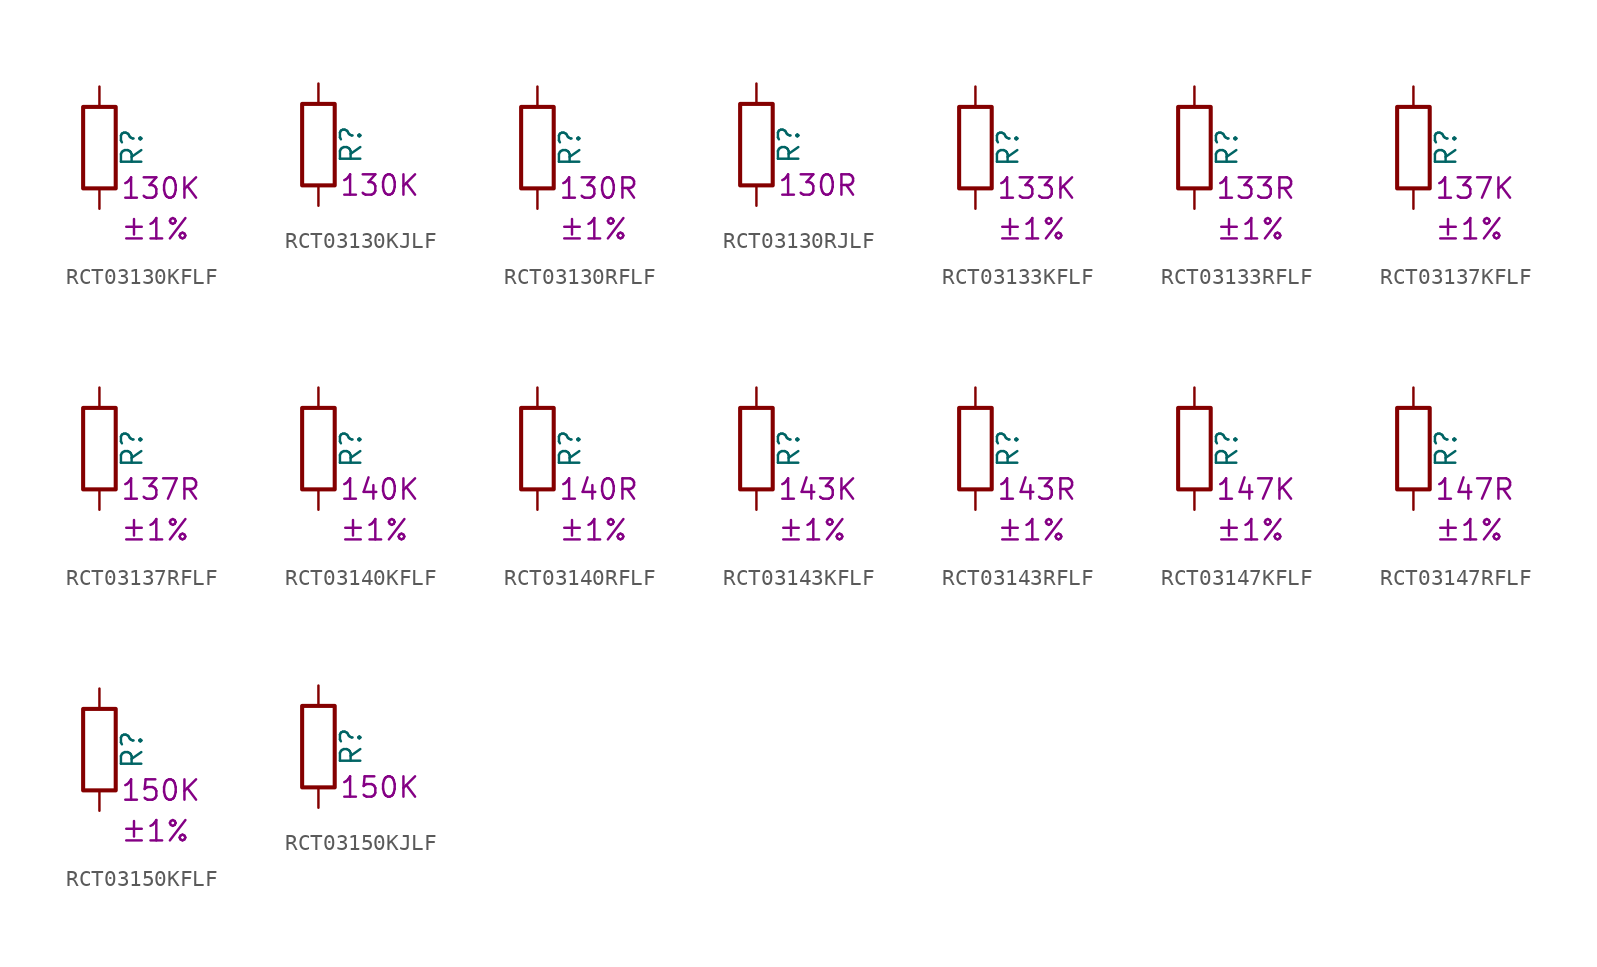
<source format=kicad_sym>
(kicad_symbol_lib
  (version 20220914)
  (generator kicad_symbol_editor)
  (symbol "RCT03130KFLF"
    (pin_numbers hide)
    (pin_names
      (offset 0))
    (property "Reference" "R"
      (at 2.032 0 90)
      (effects (font (size 1.27 1.27))))
    (property "Resistance" "130K"
      (at 1.27 -2.54 0)
      (effects (font (size 1.27 1.27)) (justify left)))
    (property "Tolerance" "±1%"
      (at 1.27 -5.08 0)
      (effects (font (size 1.27 1.27)) (justify left)))
    (symbol "RCT03130KFLF_0_1"
      (rectangle (start -1.016 -2.54) (end 1.016 2.54) (stroke (width 0.254) (type default)) (fill (type none))))
    (symbol "RCT03130KFLF_1_1"
      (pin passive line (at 0 3.81 270) (length 1.27) (name "~" (effects (font (size 1.27 1.27)))) (number "1" (effects (font (size 1.27 1.27)))))
      (pin passive line (at 0 -3.81 90) (length 1.27) (name "~" (effects (font (size 1.27 1.27)))) (number "2" (effects (font (size 1.27 1.27)))))))
  (symbol "RCT03130KJLF"
    (pin_numbers hide)
    (pin_names
      (offset 0))
    (property "Reference" "R"
      (at 2.032 0 90)
      (effects (font (size 1.27 1.27))))
    (property "Resistance" "130K"
      (at 1.27 -2.54 0)
      (effects (font (size 1.27 1.27)) (justify left)))
    (symbol "RCT03130KJLF_0_1"
      (rectangle (start -1.016 -2.54) (end 1.016 2.54) (stroke (width 0.254) (type default)) (fill (type none))))
    (symbol "RCT03130KJLF_1_1"
      (pin passive line (at 0 3.81 270) (length 1.27) (name "~" (effects (font (size 1.27 1.27)))) (number "1" (effects (font (size 1.27 1.27)))))
      (pin passive line (at 0 -3.81 90) (length 1.27) (name "~" (effects (font (size 1.27 1.27)))) (number "2" (effects (font (size 1.27 1.27)))))))
  (symbol "RCT03130RFLF"
    (pin_numbers hide)
    (pin_names
      (offset 0))
    (property "Reference" "R"
      (at 2.032 0 90)
      (effects (font (size 1.27 1.27))))
    (property "Resistance" "130R"
      (at 1.27 -2.54 0)
      (effects (font (size 1.27 1.27)) (justify left)))
    (property "Tolerance" "±1%"
      (at 1.27 -5.08 0)
      (effects (font (size 1.27 1.27)) (justify left)))
    (symbol "RCT03130RFLF_0_1"
      (rectangle (start -1.016 -2.54) (end 1.016 2.54) (stroke (width 0.254) (type default)) (fill (type none))))
    (symbol "RCT03130RFLF_1_1"
      (pin passive line (at 0 3.81 270) (length 1.27) (name "~" (effects (font (size 1.27 1.27)))) (number "1" (effects (font (size 1.27 1.27)))))
      (pin passive line (at 0 -3.81 90) (length 1.27) (name "~" (effects (font (size 1.27 1.27)))) (number "2" (effects (font (size 1.27 1.27)))))))
  (symbol "RCT03130RJLF"
    (pin_numbers hide)
    (pin_names
      (offset 0))
    (property "Reference" "R"
      (at 2.032 0 90)
      (effects (font (size 1.27 1.27))))
    (property "Resistance" "130R"
      (at 1.27 -2.54 0)
      (effects (font (size 1.27 1.27)) (justify left)))
    (symbol "RCT03130RJLF_0_1"
      (rectangle (start -1.016 -2.54) (end 1.016 2.54) (stroke (width 0.254) (type default)) (fill (type none))))
    (symbol "RCT03130RJLF_1_1"
      (pin passive line (at 0 3.81 270) (length 1.27) (name "~" (effects (font (size 1.27 1.27)))) (number "1" (effects (font (size 1.27 1.27)))))
      (pin passive line (at 0 -3.81 90) (length 1.27) (name "~" (effects (font (size 1.27 1.27)))) (number "2" (effects (font (size 1.27 1.27)))))))
  (symbol "RCT03133KFLF"
    (pin_numbers hide)
    (pin_names
      (offset 0))
    (property "Reference" "R"
      (at 2.032 0 90)
      (effects (font (size 1.27 1.27))))
    (property "Resistance" "133K"
      (at 1.27 -2.54 0)
      (effects (font (size 1.27 1.27)) (justify left)))
    (property "Tolerance" "±1%"
      (at 1.27 -5.08 0)
      (effects (font (size 1.27 1.27)) (justify left)))
    (symbol "RCT03133KFLF_0_1"
      (rectangle (start -1.016 -2.54) (end 1.016 2.54) (stroke (width 0.254) (type default)) (fill (type none))))
    (symbol "RCT03133KFLF_1_1"
      (pin passive line (at 0 3.81 270) (length 1.27) (name "~" (effects (font (size 1.27 1.27)))) (number "1" (effects (font (size 1.27 1.27)))))
      (pin passive line (at 0 -3.81 90) (length 1.27) (name "~" (effects (font (size 1.27 1.27)))) (number "2" (effects (font (size 1.27 1.27)))))))
  (symbol "RCT03133RFLF"
    (pin_numbers hide)
    (pin_names
      (offset 0))
    (property "Reference" "R"
      (at 2.032 0 90)
      (effects (font (size 1.27 1.27))))
    (property "Resistance" "133R"
      (at 1.27 -2.54 0)
      (effects (font (size 1.27 1.27)) (justify left)))
    (property "Tolerance" "±1%"
      (at 1.27 -5.08 0)
      (effects (font (size 1.27 1.27)) (justify left)))
    (symbol "RCT03133RFLF_0_1"
      (rectangle (start -1.016 -2.54) (end 1.016 2.54) (stroke (width 0.254) (type default)) (fill (type none))))
    (symbol "RCT03133RFLF_1_1"
      (pin passive line (at 0 3.81 270) (length 1.27) (name "~" (effects (font (size 1.27 1.27)))) (number "1" (effects (font (size 1.27 1.27)))))
      (pin passive line (at 0 -3.81 90) (length 1.27) (name "~" (effects (font (size 1.27 1.27)))) (number "2" (effects (font (size 1.27 1.27)))))))
  (symbol "RCT03137KFLF"
    (pin_numbers hide)
    (pin_names
      (offset 0))
    (property "Reference" "R"
      (at 2.032 0 90)
      (effects (font (size 1.27 1.27))))
    (property "Resistance" "137K"
      (at 1.27 -2.54 0)
      (effects (font (size 1.27 1.27)) (justify left)))
    (property "Tolerance" "±1%"
      (at 1.27 -5.08 0)
      (effects (font (size 1.27 1.27)) (justify left)))
    (symbol "RCT03137KFLF_0_1"
      (rectangle (start -1.016 -2.54) (end 1.016 2.54) (stroke (width 0.254) (type default)) (fill (type none))))
    (symbol "RCT03137KFLF_1_1"
      (pin passive line (at 0 3.81 270) (length 1.27) (name "~" (effects (font (size 1.27 1.27)))) (number "1" (effects (font (size 1.27 1.27)))))
      (pin passive line (at 0 -3.81 90) (length 1.27) (name "~" (effects (font (size 1.27 1.27)))) (number "2" (effects (font (size 1.27 1.27)))))))
  (symbol "RCT03137RFLF"
    (pin_numbers hide)
    (pin_names
      (offset 0))
    (property "Reference" "R"
      (at 2.032 0 90)
      (effects (font (size 1.27 1.27))))
    (property "Resistance" "137R"
      (at 1.27 -2.54 0)
      (effects (font (size 1.27 1.27)) (justify left)))
    (property "Tolerance" "±1%"
      (at 1.27 -5.08 0)
      (effects (font (size 1.27 1.27)) (justify left)))
    (symbol "RCT03137RFLF_0_1"
      (rectangle (start -1.016 -2.54) (end 1.016 2.54) (stroke (width 0.254) (type default)) (fill (type none))))
    (symbol "RCT03137RFLF_1_1"
      (pin passive line (at 0 3.81 270) (length 1.27) (name "~" (effects (font (size 1.27 1.27)))) (number "1" (effects (font (size 1.27 1.27)))))
      (pin passive line (at 0 -3.81 90) (length 1.27) (name "~" (effects (font (size 1.27 1.27)))) (number "2" (effects (font (size 1.27 1.27)))))))
  (symbol "RCT03140KFLF"
    (pin_numbers hide)
    (pin_names
      (offset 0))
    (property "Reference" "R"
      (at 2.032 0 90)
      (effects (font (size 1.27 1.27))))
    (property "Resistance" "140K"
      (at 1.27 -2.54 0)
      (effects (font (size 1.27 1.27)) (justify left)))
    (property "Tolerance" "±1%"
      (at 1.27 -5.08 0)
      (effects (font (size 1.27 1.27)) (justify left)))
    (symbol "RCT03140KFLF_0_1"
      (rectangle (start -1.016 -2.54) (end 1.016 2.54) (stroke (width 0.254) (type default)) (fill (type none))))
    (symbol "RCT03140KFLF_1_1"
      (pin passive line (at 0 3.81 270) (length 1.27) (name "~" (effects (font (size 1.27 1.27)))) (number "1" (effects (font (size 1.27 1.27)))))
      (pin passive line (at 0 -3.81 90) (length 1.27) (name "~" (effects (font (size 1.27 1.27)))) (number "2" (effects (font (size 1.27 1.27)))))))
  (symbol "RCT03140RFLF"
    (pin_numbers hide)
    (pin_names
      (offset 0))
    (property "Reference" "R"
      (at 2.032 0 90)
      (effects (font (size 1.27 1.27))))
    (property "Resistance" "140R"
      (at 1.27 -2.54 0)
      (effects (font (size 1.27 1.27)) (justify left)))
    (property "Tolerance" "±1%"
      (at 1.27 -5.08 0)
      (effects (font (size 1.27 1.27)) (justify left)))
    (symbol "RCT03140RFLF_0_1"
      (rectangle (start -1.016 -2.54) (end 1.016 2.54) (stroke (width 0.254) (type default)) (fill (type none))))
    (symbol "RCT03140RFLF_1_1"
      (pin passive line (at 0 3.81 270) (length 1.27) (name "~" (effects (font (size 1.27 1.27)))) (number "1" (effects (font (size 1.27 1.27)))))
      (pin passive line (at 0 -3.81 90) (length 1.27) (name "~" (effects (font (size 1.27 1.27)))) (number "2" (effects (font (size 1.27 1.27)))))))
  (symbol "RCT03143KFLF"
    (pin_numbers hide)
    (pin_names
      (offset 0))
    (property "Reference" "R"
      (at 2.032 0 90)
      (effects (font (size 1.27 1.27))))
    (property "Resistance" "143K"
      (at 1.27 -2.54 0)
      (effects (font (size 1.27 1.27)) (justify left)))
    (property "Tolerance" "±1%"
      (at 1.27 -5.08 0)
      (effects (font (size 1.27 1.27)) (justify left)))
    (symbol "RCT03143KFLF_0_1"
      (rectangle (start -1.016 -2.54) (end 1.016 2.54) (stroke (width 0.254) (type default)) (fill (type none))))
    (symbol "RCT03143KFLF_1_1"
      (pin passive line (at 0 3.81 270) (length 1.27) (name "~" (effects (font (size 1.27 1.27)))) (number "1" (effects (font (size 1.27 1.27)))))
      (pin passive line (at 0 -3.81 90) (length 1.27) (name "~" (effects (font (size 1.27 1.27)))) (number "2" (effects (font (size 1.27 1.27)))))))
  (symbol "RCT03143RFLF"
    (pin_numbers hide)
    (pin_names
      (offset 0))
    (property "Reference" "R"
      (at 2.032 0 90)
      (effects (font (size 1.27 1.27))))
    (property "Resistance" "143R"
      (at 1.27 -2.54 0)
      (effects (font (size 1.27 1.27)) (justify left)))
    (property "Tolerance" "±1%"
      (at 1.27 -5.08 0)
      (effects (font (size 1.27 1.27)) (justify left)))
    (symbol "RCT03143RFLF_0_1"
      (rectangle (start -1.016 -2.54) (end 1.016 2.54) (stroke (width 0.254) (type default)) (fill (type none))))
    (symbol "RCT03143RFLF_1_1"
      (pin passive line (at 0 3.81 270) (length 1.27) (name "~" (effects (font (size 1.27 1.27)))) (number "1" (effects (font (size 1.27 1.27)))))
      (pin passive line (at 0 -3.81 90) (length 1.27) (name "~" (effects (font (size 1.27 1.27)))) (number "2" (effects (font (size 1.27 1.27)))))))
  (symbol "RCT03147KFLF"
    (pin_numbers hide)
    (pin_names
      (offset 0))
    (property "Reference" "R"
      (at 2.032 0 90)
      (effects (font (size 1.27 1.27))))
    (property "Resistance" "147K"
      (at 1.27 -2.54 0)
      (effects (font (size 1.27 1.27)) (justify left)))
    (property "Tolerance" "±1%"
      (at 1.27 -5.08 0)
      (effects (font (size 1.27 1.27)) (justify left)))
    (symbol "RCT03147KFLF_0_1"
      (rectangle (start -1.016 -2.54) (end 1.016 2.54) (stroke (width 0.254) (type default)) (fill (type none))))
    (symbol "RCT03147KFLF_1_1"
      (pin passive line (at 0 3.81 270) (length 1.27) (name "~" (effects (font (size 1.27 1.27)))) (number "1" (effects (font (size 1.27 1.27)))))
      (pin passive line (at 0 -3.81 90) (length 1.27) (name "~" (effects (font (size 1.27 1.27)))) (number "2" (effects (font (size 1.27 1.27)))))))
  (symbol "RCT03147RFLF"
    (pin_numbers hide)
    (pin_names
      (offset 0))
    (property "Reference" "R"
      (at 2.032 0 90)
      (effects (font (size 1.27 1.27))))
    (property "Resistance" "147R"
      (at 1.27 -2.54 0)
      (effects (font (size 1.27 1.27)) (justify left)))
    (property "Tolerance" "±1%"
      (at 1.27 -5.08 0)
      (effects (font (size 1.27 1.27)) (justify left)))
    (symbol "RCT03147RFLF_0_1"
      (rectangle (start -1.016 -2.54) (end 1.016 2.54) (stroke (width 0.254) (type default)) (fill (type none))))
    (symbol "RCT03147RFLF_1_1"
      (pin passive line (at 0 3.81 270) (length 1.27) (name "~" (effects (font (size 1.27 1.27)))) (number "1" (effects (font (size 1.27 1.27)))))
      (pin passive line (at 0 -3.81 90) (length 1.27) (name "~" (effects (font (size 1.27 1.27)))) (number "2" (effects (font (size 1.27 1.27)))))))
  (symbol "RCT03150KFLF"
    (pin_numbers hide)
    (pin_names
      (offset 0))
    (property "Reference" "R"
      (at 2.032 0 90)
      (effects (font (size 1.27 1.27))))
    (property "Resistance" "150K"
      (at 1.27 -2.54 0)
      (effects (font (size 1.27 1.27)) (justify left)))
    (property "Tolerance" "±1%"
      (at 1.27 -5.08 0)
      (effects (font (size 1.27 1.27)) (justify left)))
    (symbol "RCT03150KFLF_0_1"
      (rectangle (start -1.016 -2.54) (end 1.016 2.54) (stroke (width 0.254) (type default)) (fill (type none))))
    (symbol "RCT03150KFLF_1_1"
      (pin passive line (at 0 3.81 270) (length 1.27) (name "~" (effects (font (size 1.27 1.27)))) (number "1" (effects (font (size 1.27 1.27)))))
      (pin passive line (at 0 -3.81 90) (length 1.27) (name "~" (effects (font (size 1.27 1.27)))) (number "2" (effects (font (size 1.27 1.27)))))))
  (symbol "RCT03150KJLF"
    (pin_numbers hide)
    (pin_names
      (offset 0))
    (property "Reference" "R"
      (at 2.032 0 90)
      (effects (font (size 1.27 1.27))))
    (property "Resistance" "150K"
      (at 1.27 -2.54 0)
      (effects (font (size 1.27 1.27)) (justify left)))
    (symbol "RCT03150KJLF_0_1"
      (rectangle (start -1.016 -2.54) (end 1.016 2.54) (stroke (width 0.254) (type default)) (fill (type none))))
    (symbol "RCT03150KJLF_1_1"
      (pin passive line (at 0 3.81 270) (length 1.27) (name "~" (effects (font (size 1.27 1.27)))) (number "1" (effects (font (size 1.27 1.27)))))
      (pin passive line (at 0 -3.81 90) (length 1.27) (name "~" (effects (font (size 1.27 1.27)))) (number "2" (effects (font (size 1.27 1.27))))))))
</source>
